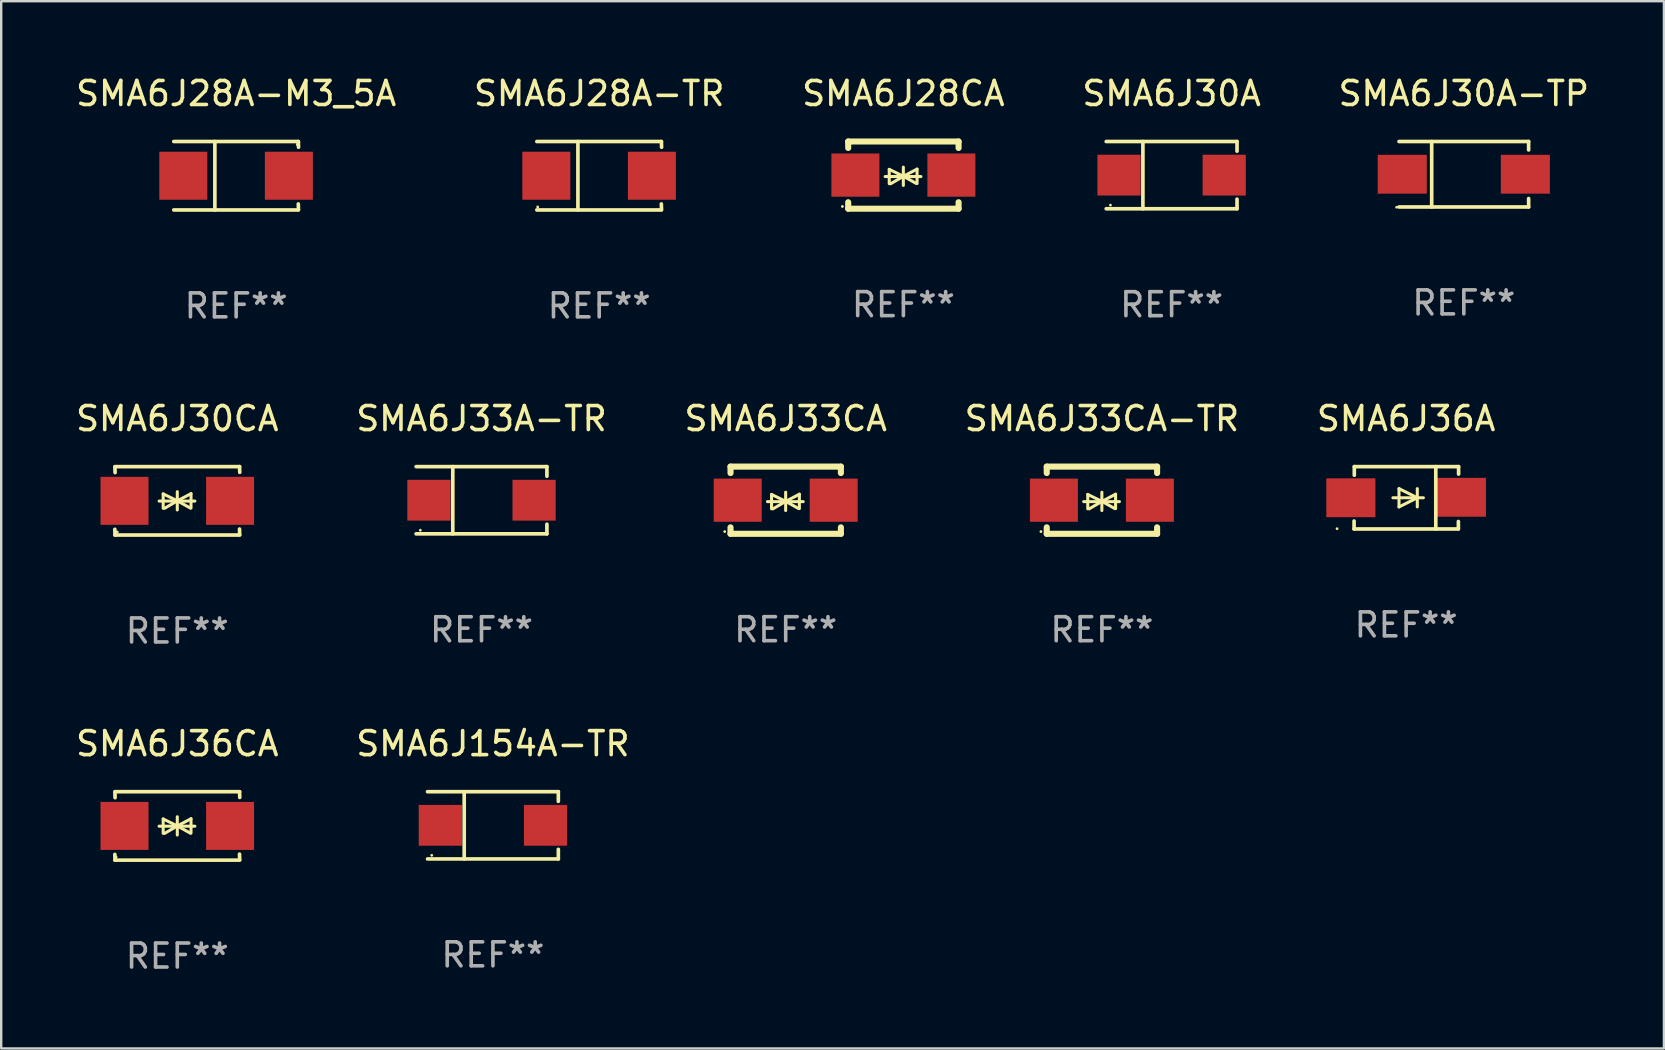
<source format=kicad_pcb>
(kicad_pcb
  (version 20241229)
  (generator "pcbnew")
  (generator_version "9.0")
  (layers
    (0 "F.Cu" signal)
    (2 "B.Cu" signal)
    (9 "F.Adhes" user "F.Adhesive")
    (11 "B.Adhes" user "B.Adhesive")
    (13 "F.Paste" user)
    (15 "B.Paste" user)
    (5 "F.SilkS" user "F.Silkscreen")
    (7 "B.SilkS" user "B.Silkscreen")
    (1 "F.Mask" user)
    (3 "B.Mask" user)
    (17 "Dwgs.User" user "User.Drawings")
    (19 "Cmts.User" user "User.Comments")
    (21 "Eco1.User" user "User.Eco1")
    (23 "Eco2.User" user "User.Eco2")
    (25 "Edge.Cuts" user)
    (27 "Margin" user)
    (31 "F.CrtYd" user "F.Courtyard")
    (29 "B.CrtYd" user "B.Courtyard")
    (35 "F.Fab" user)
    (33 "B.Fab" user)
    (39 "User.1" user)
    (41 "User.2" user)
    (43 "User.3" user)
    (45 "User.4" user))
  (footprint "SMA6J28A-TR"
    (layer "F.Cu")
    (at 21.923 4.274)
    (property "Reference" "SMA6J28A-TR" (at 0 -3.426 0) (layer "F.SilkS") (effects (font (size 1 1) (thickness 0.15))))
    (attr through_hole)
    (fp_line (start -2.6 -1.426) (end 2.593 -1.426) (stroke (width 0.152) (type solid)) (layer "F.SilkS"))
    (fp_line (start -2.6 1.426) (end 2.593 1.426) (stroke (width 0.152) (type solid)) (layer "F.SilkS"))
    (fp_line (start -0.887 -1.426) (end -0.887 1.426) (stroke (width 0.152) (type solid)) (layer "F.SilkS"))
    (fp_line (start 2.59 1.176) (end 2.597 1.415) (stroke (width 0.152) (type solid)) (layer "F.SilkS"))
    (fp_line (start 2.593 -1.426) (end 2.6 -1.187) (stroke (width 0.152) (type solid)) (layer "F.SilkS"))
    (fp_circle (center -2.563 1.3) (end -2.533 1.3) (stroke (width 0.06) (type solid)) (fill no) (layer "F.SilkS"))
    (fp_text user "REF**" (at 0 5.426 0) (layer "F.Fab") (effects (font (size 1 1) (thickness 0.15))))
    (pad "1" smd rect (at -2.203 -0.000025 180) (size 2 2) (layers "F.Cu" "F.Mask" "F.Paste"))
    (pad "2" smd rect (at 2.197 -0.000025 180) (size 2 2) (layers "F.Cu" "F.Mask" "F.Paste")))
  (footprint "SMA6J30A"
    (layer "F.Cu")
    (at 45.78 4.249)
    (property "Reference" "SMA6J30A" (at 0 -3.401 0) (layer "F.SilkS") (effects (font (size 1 1) (thickness 0.15))))
    (attr through_hole)
    (fp_line (start -2.726 -1.401) (end 2.726 -1.401) (stroke (width 0.152) (type solid)) (layer "F.SilkS"))
    (fp_line (start -2.726 1.401) (end 2.726 1.401) (stroke (width 0.152) (type solid)) (layer "F.SilkS"))
    (fp_line (start -1.197 -1.401) (end -1.197 1.401) (stroke (width 0.152) (type solid)) (layer "F.SilkS"))
    (fp_line (start 2.726 -1.401) (end 2.726 -1) (stroke (width 0.152) (type solid)) (layer "F.SilkS"))
    (fp_line (start 2.726 1.401) (end 2.726 1) (stroke (width 0.152) (type solid)) (layer "F.SilkS"))
    (fp_circle (center -2.55 1.25) (end -2.52 1.25) (stroke (width 0.06) (type solid)) (fill no) (layer "F.SilkS"))
    (fp_text user "REF**" (at 0 5.401 0) (layer "F.Fab") (effects (font (size 1 1) (thickness 0.15))))
    (pad "1" smd rect (at -2.192 0) (size 1.8 1.7) (layers "F.Cu" "F.Mask" "F.Paste"))
    (pad "2" smd rect (at 2.192 0) (size 1.8 1.7) (layers "F.Cu" "F.Mask" "F.Paste")))
  (footprint "SMA6J33CA"
    (layer "F.Cu")
    (at 29.696 17.797)
    (property "Reference" "SMA6J33CA" (at 0 -3.4 0) (layer "F.SilkS") (effects (font (size 1 1) (thickness 0.15))))
    (attr through_hole)
    (fp_line (start -2.3 -1.4) (end -2.3 -1.131) (stroke (width 0.254) (type solid)) (layer "F.SilkS"))
    (fp_line (start -2.3 -1.4) (end 2.3 -1.4) (stroke (width 0.254) (type solid)) (layer "F.SilkS"))
    (fp_line (start -2.3 1.131) (end -2.3 1.4) (stroke (width 0.254) (type solid)) (layer "F.SilkS"))
    (fp_line (start -2.3 1.4) (end 2.3 1.4) (stroke (width 0.254) (type solid)) (layer "F.SilkS"))
    (fp_line (start -0.76 0.06) (end 0.73 0.06) (stroke (width 0.127) (type solid)) (layer "F.SilkS"))
    (fp_line (start -0.59 -0.24) (end -0.59 0.36) (stroke (width 0.127) (type solid)) (layer "F.SilkS"))
    (fp_line (start -0.59 -0.24) (end -0.002 0.049) (stroke (width 0.127) (type solid)) (layer "F.SilkS"))
    (fp_line (start -0.53 0.36) (end -0.002 0.049) (stroke (width 0.127) (type solid)) (layer "F.SilkS"))
    (fp_line (start -0.002 0.049) (end -0.002 -0.332) (stroke (width 0.127) (type solid)) (layer "F.SilkS"))
    (fp_line (start -0.002 0.049) (end -0.002 0.43) (stroke (width 0.127) (type solid)) (layer "F.SilkS"))
    (fp_line (start 0.54 0.35) (end -0.002 0.049) (stroke (width 0.127) (type solid)) (layer "F.SilkS"))
    (fp_line (start 0.57 -0.25) (end -0.002 0.049) (stroke (width 0.127) (type solid)) (layer "F.SilkS"))
    (fp_line (start 0.57 -0.25) (end 0.57 0.35) (stroke (width 0.127) (type solid)) (layer "F.SilkS"))
    (fp_line (start 2.3 -1.4) (end 2.3 -1.131) (stroke (width 0.254) (type solid)) (layer "F.SilkS"))
    (fp_line (start 2.3 1.131) (end 2.3 1.4) (stroke (width 0.254) (type solid)) (layer "F.SilkS"))
    (fp_circle (center -2.542 1.308) (end -2.512 1.308) (stroke (width 0.06) (type solid)) (fill no) (layer "F.SilkS"))
    (fp_text user "REF**" (at 0 5.4 0) (layer "F.Fab") (effects (font (size 1 1) (thickness 0.15))))
    (pad "1" smd rect (at -2 0) (size 2 1.8) (layers "F.Cu" "F.Mask" "F.Paste"))
    (pad "2" smd rect (at 2 0) (size 2 1.8) (layers "F.Cu" "F.Mask" "F.Paste")))
  (footprint "SMA6J28CA"
    (layer "F.Cu")
    (at 34.601 4.248)
    (property "Reference" "SMA6J28CA" (at 0 -3.4 0) (layer "F.SilkS") (effects (font (size 1 1) (thickness 0.15))))
    (attr through_hole)
    (fp_line (start -2.3 -1.4) (end -2.3 -1.131) (stroke (width 0.254) (type solid)) (layer "F.SilkS"))
    (fp_line (start -2.3 -1.4) (end 2.3 -1.4) (stroke (width 0.254) (type solid)) (layer "F.SilkS"))
    (fp_line (start -2.3 1.131) (end -2.3 1.4) (stroke (width 0.254) (type solid)) (layer "F.SilkS"))
    (fp_line (start -2.3 1.4) (end 2.3 1.4) (stroke (width 0.254) (type solid)) (layer "F.SilkS"))
    (fp_line (start -0.76 0.06) (end 0.73 0.06) (stroke (width 0.127) (type solid)) (layer "F.SilkS"))
    (fp_line (start -0.59 -0.24) (end -0.59 0.36) (stroke (width 0.127) (type solid)) (layer "F.SilkS"))
    (fp_line (start -0.59 -0.24) (end -0.002 0.049) (stroke (width 0.127) (type solid)) (layer "F.SilkS"))
    (fp_line (start -0.53 0.36) (end -0.002 0.049) (stroke (width 0.127) (type solid)) (layer "F.SilkS"))
    (fp_line (start -0.002 0.049) (end -0.002 -0.332) (stroke (width 0.127) (type solid)) (layer "F.SilkS"))
    (fp_line (start -0.002 0.049) (end -0.002 0.43) (stroke (width 0.127) (type solid)) (layer "F.SilkS"))
    (fp_line (start 0.54 0.35) (end -0.002 0.049) (stroke (width 0.127) (type solid)) (layer "F.SilkS"))
    (fp_line (start 0.57 -0.25) (end -0.002 0.049) (stroke (width 0.127) (type solid)) (layer "F.SilkS"))
    (fp_line (start 0.57 -0.25) (end 0.57 0.35) (stroke (width 0.127) (type solid)) (layer "F.SilkS"))
    (fp_line (start 2.3 -1.4) (end 2.3 -1.131) (stroke (width 0.254) (type solid)) (layer "F.SilkS"))
    (fp_line (start 2.3 1.131) (end 2.3 1.4) (stroke (width 0.254) (type solid)) (layer "F.SilkS"))
    (fp_circle (center -2.542 1.308) (end -2.512 1.308) (stroke (width 0.06) (type solid)) (fill no) (layer "F.SilkS"))
    (fp_text user "REF**" (at 0 5.4 0) (layer "F.Fab") (effects (font (size 1 1) (thickness 0.15))))
    (pad "1" smd rect (at -2 0) (size 2 1.8) (layers "F.Cu" "F.Mask" "F.Paste"))
    (pad "2" smd rect (at 2 0) (size 2 1.8) (layers "F.Cu" "F.Mask" "F.Paste")))
  (footprint "SMA6J30A-TP"
    (layer "F.Cu")
    (at 57.958 4.212)
    (property "Reference" "SMA6J30A-TP" (at 0 -3.364 0) (layer "F.SilkS") (effects (font (size 1 1) (thickness 0.15))))
    (attr through_hole)
    (fp_line (start -2.701 -1.364) (end 2.701 -1.364) (stroke (width 0.152) (type solid)) (layer "F.SilkS"))
    (fp_line (start -2.701 1.364) (end 2.701 1.364) (stroke (width 0.152) (type solid)) (layer "F.SilkS"))
    (fp_line (start -1.339 -1.364) (end -1.339 1.364) (stroke (width 0.152) (type solid)) (layer "F.SilkS"))
    (fp_line (start 2.701 -1.364) (end 2.701 -1.013) (stroke (width 0.152) (type solid)) (layer "F.SilkS"))
    (fp_line (start 2.701 1.364) (end 2.701 1.013) (stroke (width 0.152) (type solid)) (layer "F.SilkS"))
    (fp_circle (center -2.8 1.375) (end -2.77 1.375) (stroke (width 0.06) (type solid)) (fill no) (layer "F.SilkS"))
    (fp_text user "REF**" (at 0 5.364 0) (layer "F.Fab") (effects (font (size 1 1) (thickness 0.15))))
    (pad "1" smd rect (at -2.565 -0.000025) (size 2.046 1.62) (layers "F.Cu" "F.Mask" "F.Paste"))
    (pad "2" smd rect (at 2.565 -0.000025) (size 2.046 1.62) (layers "F.Cu" "F.Mask" "F.Paste")))
  (footprint "SMA6J33A-TR"
    (layer "F.Cu")
    (at 17.018 17.798)
    (property "Reference" "SMA6J33A-TR" (at 0 -3.401 0) (layer "F.SilkS") (effects (font (size 1 1) (thickness 0.15))))
    (attr through_hole)
    (fp_line (start -2.726 -1.401) (end 2.726 -1.401) (stroke (width 0.152) (type solid)) (layer "F.SilkS"))
    (fp_line (start -2.726 1.401) (end 2.726 1.401) (stroke (width 0.152) (type solid)) (layer "F.SilkS"))
    (fp_line (start -1.197 -1.401) (end -1.197 1.401) (stroke (width 0.152) (type solid)) (layer "F.SilkS"))
    (fp_line (start 2.726 -1.401) (end 2.726 -1) (stroke (width 0.152) (type solid)) (layer "F.SilkS"))
    (fp_line (start 2.726 1.401) (end 2.726 1) (stroke (width 0.152) (type solid)) (layer "F.SilkS"))
    (fp_circle (center -2.55 1.25) (end -2.52 1.25) (stroke (width 0.06) (type solid)) (fill no) (layer "F.SilkS"))
    (fp_text user "REF**" (at 0 5.401 0) (layer "F.Fab") (effects (font (size 1 1) (thickness 0.15))))
    (pad "1" smd rect (at -2.192 0) (size 1.8 1.7) (layers "F.Cu" "F.Mask" "F.Paste"))
    (pad "2" smd rect (at 2.192 0) (size 1.8 1.7) (layers "F.Cu" "F.Mask" "F.Paste")))
  (footprint "SMA6J30CA"
    (layer "F.Cu")
    (at 4.339 17.823)
    (property "Reference" "SMA6J30CA" (at 0 -3.426 0) (layer "F.SilkS") (effects (font (size 1 1) (thickness 0.15))))
    (attr through_hole)
    (fp_line (start -2.596 -1.426) (end 2.596 -1.426) (stroke (width 0.152) (type solid)) (layer "F.SilkS"))
    (fp_line (start -2.596 1.426) (end -2.603 1.187) (stroke (width 0.152) (type solid)) (layer "F.SilkS"))
    (fp_line (start -2.596 1.426) (end 2.596 1.426) (stroke (width 0.152) (type solid)) (layer "F.SilkS"))
    (fp_line (start -2.593 -1.176) (end -2.6 -1.415) (stroke (width 0.152) (type solid)) (layer "F.SilkS"))
    (fp_line (start -0.758 0.011) (end 0.732 0.011) (stroke (width 0.127) (type solid)) (layer "F.SilkS"))
    (fp_line (start -0.588 -0.289) (end -0.588 0.311) (stroke (width 0.127) (type solid)) (layer "F.SilkS"))
    (fp_line (start -0.588 -0.289) (end 0 0) (stroke (width 0.127) (type solid)) (layer "F.SilkS"))
    (fp_line (start -0.528 0.311) (end 0 0) (stroke (width 0.127) (type solid)) (layer "F.SilkS"))
    (fp_line (start 0 0) (end 0 -0.381) (stroke (width 0.127) (type solid)) (layer "F.SilkS"))
    (fp_line (start 0 0) (end 0 0.381) (stroke (width 0.127) (type solid)) (layer "F.SilkS"))
    (fp_line (start 0.542 0.301) (end 0 0) (stroke (width 0.127) (type solid)) (layer "F.SilkS"))
    (fp_line (start 0.572 -0.299) (end 0 0) (stroke (width 0.127) (type solid)) (layer "F.SilkS"))
    (fp_line (start 0.572 -0.299) (end 0.572 0.301) (stroke (width 0.127) (type solid)) (layer "F.SilkS"))
    (fp_line (start 2.593 1.176) (end 2.6 1.415) (stroke (width 0.152) (type solid)) (layer "F.SilkS"))
    (fp_line (start 2.596 -1.426) (end 2.603 -1.187) (stroke (width 0.152) (type solid)) (layer "F.SilkS"))
    (fp_circle (center -2.5 1.3) (end -2.47 1.3) (stroke (width 0.06) (type solid)) (fill no) (layer "F.SilkS"))
    (fp_text user "REF**" (at 0 5.426 0) (layer "F.Fab") (effects (font (size 1 1) (thickness 0.15))))
    (pad "1" smd rect (at -2.2 0 180) (size 2 2) (layers "F.Cu" "F.Mask" "F.Paste"))
    (pad "2" smd rect (at 2.2 0 180) (size 2 2) (layers "F.Cu" "F.Mask" "F.Paste")))
  (footprint "SMA6J28A-M3_5A"
    (layer "F.Cu")
    (at 6.792 4.274)
    (property "Reference" "SMA6J28A-M3_5A" (at 0 -3.426 0) (layer "F.SilkS") (effects (font (size 1 1) (thickness 0.15))))
    (attr through_hole)
    (fp_line (start -2.6 -1.426) (end 2.593 -1.426) (stroke (width 0.152) (type solid)) (layer "F.SilkS"))
    (fp_line (start -2.6 1.426) (end 2.593 1.426) (stroke (width 0.152) (type solid)) (layer "F.SilkS"))
    (fp_line (start -0.887 -1.426) (end -0.887 1.426) (stroke (width 0.152) (type solid)) (layer "F.SilkS"))
    (fp_line (start 2.59 1.176) (end 2.597 1.415) (stroke (width 0.152) (type solid)) (layer "F.SilkS"))
    (fp_line (start 2.593 -1.426) (end 2.6 -1.187) (stroke (width 0.152) (type solid)) (layer "F.SilkS"))
    (fp_circle (center 2.547 -1.3) (end 2.577 -1.3) (stroke (width 0.06) (type solid)) (fill no) (layer "F.SilkS"))
    (fp_text user "REF**" (at 0 5.426 0) (layer "F.Fab") (effects (font (size 1 1) (thickness 0.15))))
    (pad "1" smd rect (at 2.197 -0.000025 180) (size 2 2) (layers "F.Cu" "F.Mask" "F.Paste"))
    (pad "2" smd rect (at -2.203 -0.000025 180) (size 2 2) (layers "F.Cu" "F.Mask" "F.Paste")))
  (footprint "SMA6J154A-TR"
    (layer "F.Cu")
    (at 17.494 31.347)
    (property "Reference" "SMA6J154A-TR" (at 0 -3.401 0) (layer "F.SilkS") (effects (font (size 1 1) (thickness 0.15))))
    (attr through_hole)
    (fp_line (start -2.726 -1.401) (end 2.726 -1.401) (stroke (width 0.152) (type solid)) (layer "F.SilkS"))
    (fp_line (start -2.726 1.401) (end 2.726 1.401) (stroke (width 0.152) (type solid)) (layer "F.SilkS"))
    (fp_line (start -1.197 -1.401) (end -1.197 1.401) (stroke (width 0.152) (type solid)) (layer "F.SilkS"))
    (fp_line (start 2.726 -1.401) (end 2.726 -1) (stroke (width 0.152) (type solid)) (layer "F.SilkS"))
    (fp_line (start 2.726 1.401) (end 2.726 1) (stroke (width 0.152) (type solid)) (layer "F.SilkS"))
    (fp_circle (center -2.55 1.25) (end -2.52 1.25) (stroke (width 0.06) (type solid)) (fill no) (layer "F.SilkS"))
    (fp_text user "REF**" (at 0 5.401 0) (layer "F.Fab") (effects (font (size 1 1) (thickness 0.15))))
    (pad "1" smd rect (at -2.192 0) (size 1.8 1.7) (layers "F.Cu" "F.Mask" "F.Paste"))
    (pad "2" smd rect (at 2.192 0) (size 1.8 1.7) (layers "F.Cu" "F.Mask" "F.Paste")))
  (footprint "SMA6J33CA-TR"
    (layer "F.Cu")
    (at 42.875 17.797)
    (property "Reference" "SMA6J33CA-TR" (at 0 -3.4 0) (layer "F.SilkS") (effects (font (size 1 1) (thickness 0.15))))
    (attr through_hole)
    (fp_line (start -2.3 -1.4) (end -2.3 -1.131) (stroke (width 0.254) (type solid)) (layer "F.SilkS"))
    (fp_line (start -2.3 -1.4) (end 2.3 -1.4) (stroke (width 0.254) (type solid)) (layer "F.SilkS"))
    (fp_line (start -2.3 1.131) (end -2.3 1.4) (stroke (width 0.254) (type solid)) (layer "F.SilkS"))
    (fp_line (start -2.3 1.4) (end 2.3 1.4) (stroke (width 0.254) (type solid)) (layer "F.SilkS"))
    (fp_line (start -0.76 0.06) (end 0.73 0.06) (stroke (width 0.127) (type solid)) (layer "F.SilkS"))
    (fp_line (start -0.59 -0.24) (end -0.59 0.36) (stroke (width 0.127) (type solid)) (layer "F.SilkS"))
    (fp_line (start -0.59 -0.24) (end -0.002 0.049) (stroke (width 0.127) (type solid)) (layer "F.SilkS"))
    (fp_line (start -0.53 0.36) (end -0.002 0.049) (stroke (width 0.127) (type solid)) (layer "F.SilkS"))
    (fp_line (start -0.002 0.049) (end -0.002 -0.332) (stroke (width 0.127) (type solid)) (layer "F.SilkS"))
    (fp_line (start -0.002 0.049) (end -0.002 0.43) (stroke (width 0.127) (type solid)) (layer "F.SilkS"))
    (fp_line (start 0.54 0.35) (end -0.002 0.049) (stroke (width 0.127) (type solid)) (layer "F.SilkS"))
    (fp_line (start 0.57 -0.25) (end -0.002 0.049) (stroke (width 0.127) (type solid)) (layer "F.SilkS"))
    (fp_line (start 0.57 -0.25) (end 0.57 0.35) (stroke (width 0.127) (type solid)) (layer "F.SilkS"))
    (fp_line (start 2.3 -1.4) (end 2.3 -1.131) (stroke (width 0.254) (type solid)) (layer "F.SilkS"))
    (fp_line (start 2.3 1.131) (end 2.3 1.4) (stroke (width 0.254) (type solid)) (layer "F.SilkS"))
    (fp_circle (center -2.542 1.308) (end -2.512 1.308) (stroke (width 0.06) (type solid)) (fill no) (layer "F.SilkS"))
    (fp_text user "REF**" (at 0 5.4 0) (layer "F.Fab") (effects (font (size 1 1) (thickness 0.15))))
    (pad "1" smd rect (at -2 0) (size 2 1.8) (layers "F.Cu" "F.Mask" "F.Paste"))
    (pad "2" smd rect (at 2 0) (size 2 1.8) (layers "F.Cu" "F.Mask" "F.Paste")))
  (footprint "SMA6J36CA"
    (layer "F.Cu")
    (at 4.339 31.372)
    (property "Reference" "SMA6J36CA" (at 0 -3.426 0) (layer "F.SilkS") (effects (font (size 1 1) (thickness 0.15))))
    (attr through_hole)
    (fp_line (start -2.596 -1.426) (end 2.596 -1.426) (stroke (width 0.152) (type solid)) (layer "F.SilkS"))
    (fp_line (start -2.596 1.426) (end -2.603 1.187) (stroke (width 0.152) (type solid)) (layer "F.SilkS"))
    (fp_line (start -2.596 1.426) (end 2.596 1.426) (stroke (width 0.152) (type solid)) (layer "F.SilkS"))
    (fp_line (start -2.593 -1.176) (end -2.6 -1.415) (stroke (width 0.152) (type solid)) (layer "F.SilkS"))
    (fp_line (start -0.758 0.011) (end 0.732 0.011) (stroke (width 0.127) (type solid)) (layer "F.SilkS"))
    (fp_line (start -0.588 -0.289) (end -0.588 0.311) (stroke (width 0.127) (type solid)) (layer "F.SilkS"))
    (fp_line (start -0.588 -0.289) (end 0 0) (stroke (width 0.127) (type solid)) (layer "F.SilkS"))
    (fp_line (start -0.528 0.311) (end 0 0) (stroke (width 0.127) (type solid)) (layer "F.SilkS"))
    (fp_line (start 0 0) (end 0 -0.381) (stroke (width 0.127) (type solid)) (layer "F.SilkS"))
    (fp_line (start 0 0) (end 0 0.381) (stroke (width 0.127) (type solid)) (layer "F.SilkS"))
    (fp_line (start 0.542 0.301) (end 0 0) (stroke (width 0.127) (type solid)) (layer "F.SilkS"))
    (fp_line (start 0.572 -0.299) (end 0 0) (stroke (width 0.127) (type solid)) (layer "F.SilkS"))
    (fp_line (start 0.572 -0.299) (end 0.572 0.301) (stroke (width 0.127) (type solid)) (layer "F.SilkS"))
    (fp_line (start 2.593 1.176) (end 2.6 1.415) (stroke (width 0.152) (type solid)) (layer "F.SilkS"))
    (fp_line (start 2.596 -1.426) (end 2.603 -1.187) (stroke (width 0.152) (type solid)) (layer "F.SilkS"))
    (fp_circle (center -2.55 1.3) (end -2.52 1.3) (stroke (width 0.06) (type solid)) (fill no) (layer "F.SilkS"))
    (fp_text user "REF**" (at 0 5.426 0) (layer "F.Fab") (effects (font (size 1 1) (thickness 0.15))))
    (pad "1" smd rect (at -2.2 0 180) (size 2 2) (layers "F.Cu" "F.Mask" "F.Paste"))
    (pad "2" smd rect (at 2.2 0 180) (size 2 2) (layers "F.Cu" "F.Mask" "F.Paste")))
  (footprint "SMA6J36A"
    (layer "F.Cu")
    (at 55.554 17.696)
    (property "Reference" "SMA6J36A" (at 0 -3.299 0) (layer "F.SilkS") (effects (font (size 1 1) (thickness 0.15))))
    (attr through_hole)
    (fp_line (start -2.17 0.969) (end -2.17 1.299) (stroke (width 0.152) (type solid)) (layer "F.SilkS"))
    (fp_line (start -2.17 1.299) (end 2.177 1.299) (stroke (width 0.152) (type solid)) (layer "F.SilkS"))
    (fp_line (start -2.16 -1.299) (end 2.186 -1.299) (stroke (width 0.152) (type solid)) (layer "F.SilkS"))
    (fp_line (start -2.16 -0.94) (end -2.16 -1.299) (stroke (width 0.152) (type solid)) (layer "F.SilkS"))
    (fp_line (start -0.551 -0.000483) (end 0.719 -0.000483) (stroke (width 0.127) (type solid)) (layer "F.SilkS"))
    (fp_line (start -0.297 -0.381) (end 0.465 -0.000483) (stroke (width 0.127) (type solid)) (layer "F.SilkS"))
    (fp_line (start -0.297 -0.000483) (end -0.297 -0.381) (stroke (width 0.127) (type solid)) (layer "F.SilkS"))
    (fp_line (start -0.297 -0.000483) (end -0.297 0.381) (stroke (width 0.127) (type solid)) (layer "F.SilkS"))
    (fp_line (start -0.297 0.381) (end 0.465 -0.000483) (stroke (width 0.127) (type solid)) (layer "F.SilkS"))
    (fp_line (start 0.465 -0.000483) (end 0.465 -0.381) (stroke (width 0.127) (type solid)) (layer "F.SilkS"))
    (fp_line (start 0.465 -0.000483) (end 0.465 0.381) (stroke (width 0.127) (type solid)) (layer "F.SilkS"))
    (fp_line (start 1.236 -1.299) (end 1.236 1.299) (stroke (width 0.152) (type solid)) (layer "F.SilkS"))
    (fp_line (start 2.177 1.299) (end 2.177 0.988) (stroke (width 0.152) (type solid)) (layer "F.SilkS"))
    (fp_line (start 2.186 -1.299) (end 2.186 -0.987) (stroke (width 0.152) (type solid)) (layer "F.SilkS"))
    (fp_circle (center -2.879 1.289) (end -2.849 1.289) (stroke (width 0.06) (type solid)) (fill no) (layer "F.SilkS"))
    (fp_text user "REF**" (at 0 5.299 0) (layer "F.Fab") (effects (font (size 1 1) (thickness 0.15))))
    (pad "1" smd rect (at -2.304 -0.001) (size 2.046 1.62) (layers "F.Cu" "F.Mask" "F.Paste"))
    (pad "2" smd rect (at 2.304 -0.02 180) (size 2.046 1.62) (layers "F.Cu" "F.Mask" "F.Paste")))
  (gr_rect
    (start -3 -3)
    (end 66.298 40.647)
    (stroke (width 0.1) (type default))
    (fill no)
    (layer "Edge.Cuts")))
</source>
